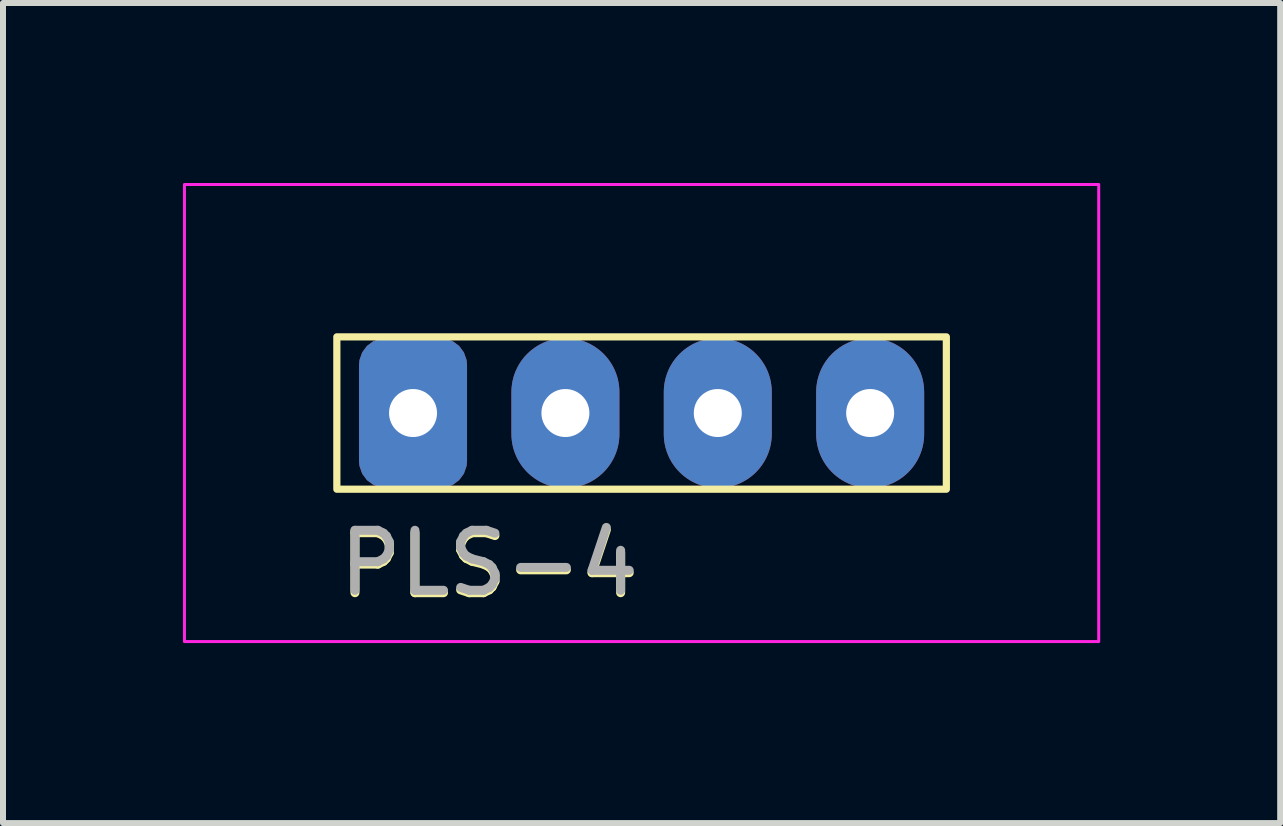
<source format=kicad_pcb>
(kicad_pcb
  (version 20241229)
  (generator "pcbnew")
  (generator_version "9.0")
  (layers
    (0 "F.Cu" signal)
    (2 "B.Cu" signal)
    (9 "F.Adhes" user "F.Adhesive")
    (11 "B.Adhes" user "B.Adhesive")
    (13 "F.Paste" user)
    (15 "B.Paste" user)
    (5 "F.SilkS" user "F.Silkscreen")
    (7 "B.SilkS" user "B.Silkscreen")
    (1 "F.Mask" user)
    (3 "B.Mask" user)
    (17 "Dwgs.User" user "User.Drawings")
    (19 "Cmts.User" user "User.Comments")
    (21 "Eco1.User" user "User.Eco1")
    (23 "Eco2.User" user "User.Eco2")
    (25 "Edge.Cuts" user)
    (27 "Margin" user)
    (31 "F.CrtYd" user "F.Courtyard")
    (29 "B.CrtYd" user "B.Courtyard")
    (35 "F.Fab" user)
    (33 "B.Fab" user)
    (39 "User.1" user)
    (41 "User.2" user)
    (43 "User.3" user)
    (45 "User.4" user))
  (footprint "PLS-4"
    (layer "F.Cu")
    (at 7.645 3.835)
    (property "Reference" "PLS-4" (at -2.54 2.54 0) (unlocked yes) (layer "F.SilkS") (effects (font (size 1 1) (thickness 0.15))))
    (attr through_hole)
    (fp_rect (start -5.08 -1.27) (end 5.08 1.27) (stroke (width 0.12) (type solid)) (fill no) (layer "F.SilkS"))
    (fp_rect (start -7.62 -3.81) (end 7.62 3.81) (stroke (width 0.05) (type solid)) (fill no) (layer "F.CrtYd"))
    (fp_text user "${REFERENCE}" (at -2.54 2.5 0) (unlocked yes) (layer "F.Fab") (effects (font (size 1 1) (thickness 0.15))))
    (pad "1" thru_hole roundrect (at -3.81 0) (size 1.8 2.5) (drill 0.8) (layers "*.Cu" "*.Mask") (roundrect_rratio 0.25))
    (pad "2" thru_hole oval (at -1.27 0) (size 1.8 2.5) (drill 0.8) (layers "*.Cu" "*.Mask"))
    (pad "3" thru_hole oval (at 1.27 0) (size 1.8 2.5) (drill 0.8) (layers "*.Cu" "*.Mask"))
    (pad "4" thru_hole oval (at 3.81 0) (size 1.8 2.5) (drill 0.8) (layers "*.Cu" "*.Mask")))
  (gr_rect
    (start -3 -3)
    (end 18.29 10.67)
    (stroke (width 0.1) (type default))
    (fill no)
    (layer "Edge.Cuts")))
</source>
